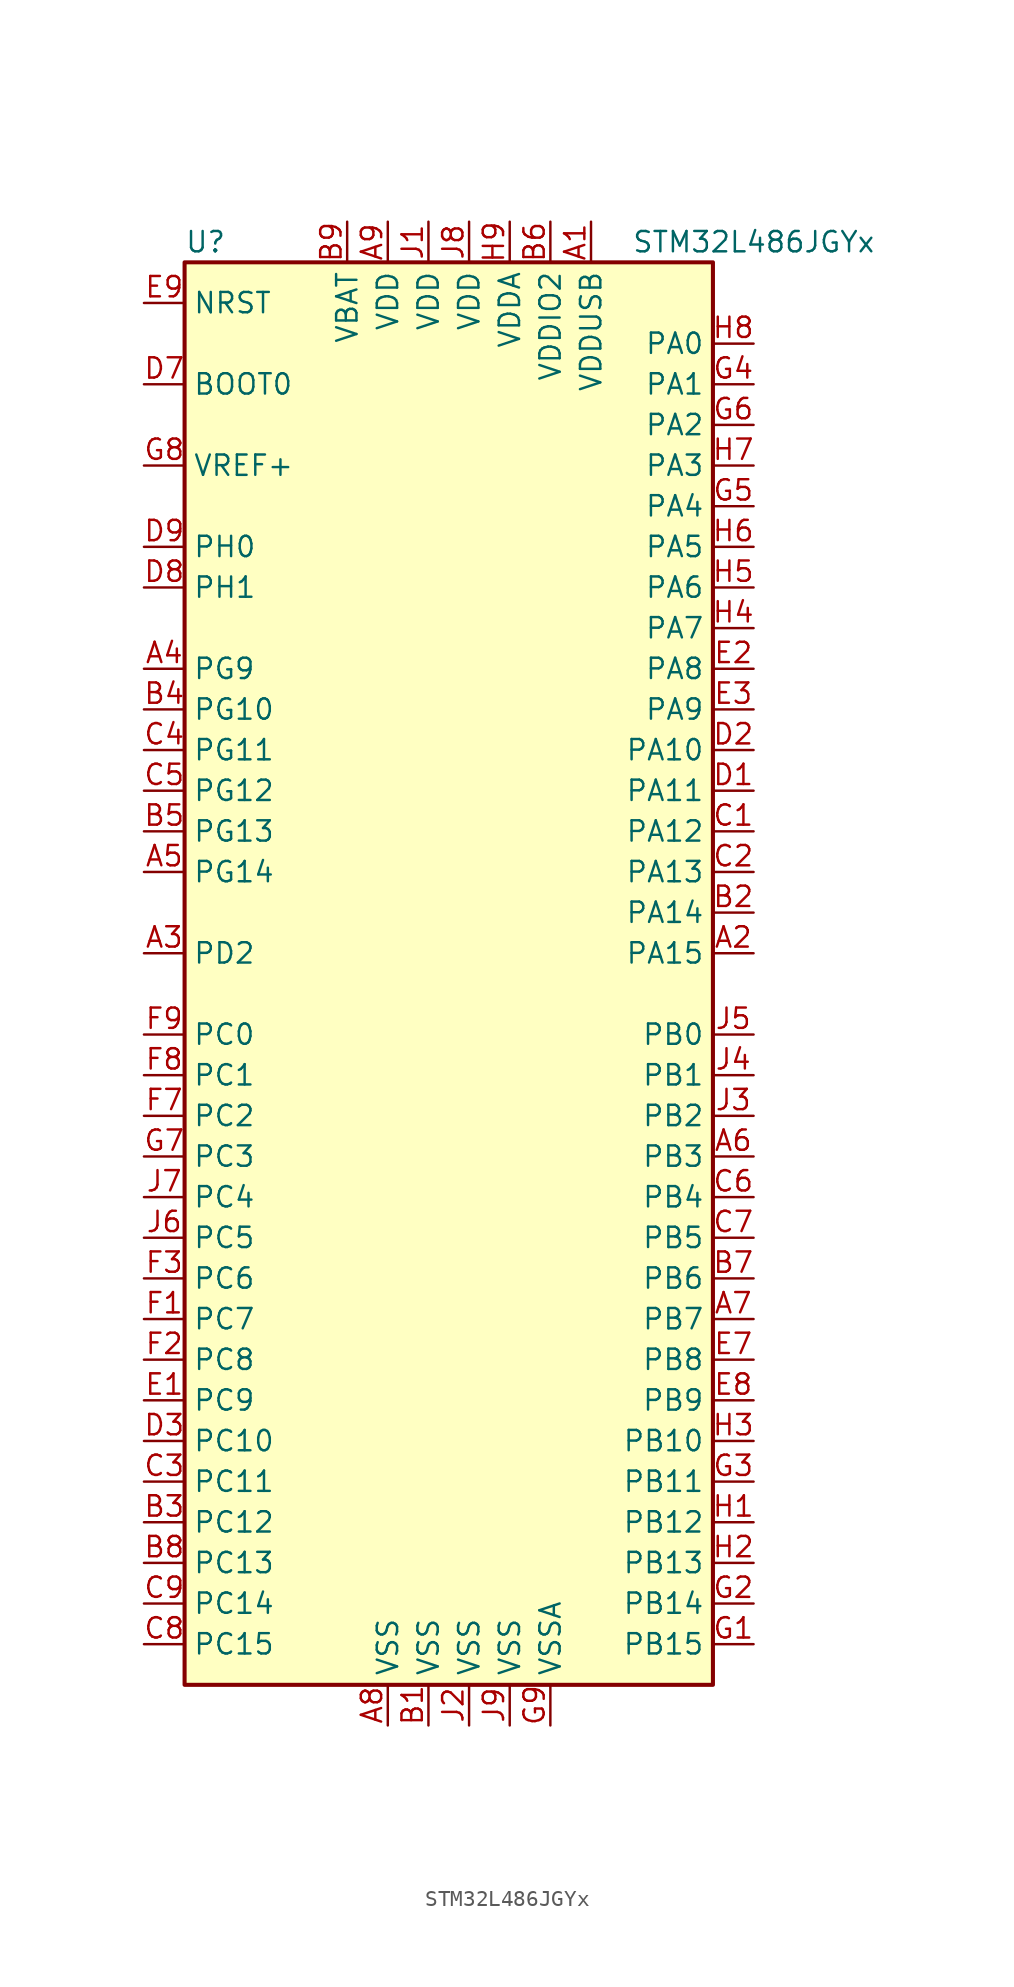
<source format=kicad_sym>
(kicad_symbol_lib
  (version 20211014)
  (generator kicad_symbol_editor)
  (symbol "STM32L486JGYx"
    (property "Reference" "U"
      (at -17.78 44.45 0)
      (effects (font (size 1.27 1.27)) (justify left)))
    (property "Value" "STM32L486JGYx"
      (at 10.16 44.45 0)
      (effects (font (size 1.27 1.27)) (justify left)))
    (symbol "STM32L486JGYx_0_1"
      (rectangle (start -17.78 -45.72) (end 15.24 43.18) (stroke (width 0.254) (type default) (color 0 0 0 0)) (fill (type background))))
    (symbol "STM32L486JGYx_1_1"
      (pin power_in line (at 7.62 45.72 270) (length 2.54) (name "VDDUSB" (effects (font (size 1.27 1.27)))) (number "A1" (effects (font (size 1.27 1.27)))))
      (pin bidirectional line (at 17.78 0 180) (length 2.54) (name "PA15" (effects (font (size 1.27 1.27)))) (number "A2" (effects (font (size 1.27 1.27)))))
      (pin bidirectional line (at -20.32 0 0) (length 2.54) (name "PD2" (effects (font (size 1.27 1.27)))) (number "A3" (effects (font (size 1.27 1.27)))))
      (pin bidirectional line (at -20.32 17.78 0) (length 2.54) (name "PG9" (effects (font (size 1.27 1.27)))) (number "A4" (effects (font (size 1.27 1.27)))))
      (pin bidirectional line (at -20.32 5.08 0) (length 2.54) (name "PG14" (effects (font (size 1.27 1.27)))) (number "A5" (effects (font (size 1.27 1.27)))))
      (pin bidirectional line (at 17.78 -12.7 180) (length 2.54) (name "PB3" (effects (font (size 1.27 1.27)))) (number "A6" (effects (font (size 1.27 1.27)))))
      (pin bidirectional line (at 17.78 -22.86 180) (length 2.54) (name "PB7" (effects (font (size 1.27 1.27)))) (number "A7" (effects (font (size 1.27 1.27)))))
      (pin power_in line (at -5.08 -48.26 90) (length 2.54) (name "VSS" (effects (font (size 1.27 1.27)))) (number "A8" (effects (font (size 1.27 1.27)))))
      (pin power_in line (at -5.08 45.72 270) (length 2.54) (name "VDD" (effects (font (size 1.27 1.27)))) (number "A9" (effects (font (size 1.27 1.27)))))
      (pin power_in line (at -2.54 -48.26 90) (length 2.54) (name "VSS" (effects (font (size 1.27 1.27)))) (number "B1" (effects (font (size 1.27 1.27)))))
      (pin bidirectional line (at 17.78 2.54 180) (length 2.54) (name "PA14" (effects (font (size 1.27 1.27)))) (number "B2" (effects (font (size 1.27 1.27)))))
      (pin bidirectional line (at -20.32 -35.56 0) (length 2.54) (name "PC12" (effects (font (size 1.27 1.27)))) (number "B3" (effects (font (size 1.27 1.27)))))
      (pin bidirectional line (at -20.32 15.24 0) (length 2.54) (name "PG10" (effects (font (size 1.27 1.27)))) (number "B4" (effects (font (size 1.27 1.27)))))
      (pin bidirectional line (at -20.32 7.62 0) (length 2.54) (name "PG13" (effects (font (size 1.27 1.27)))) (number "B5" (effects (font (size 1.27 1.27)))))
      (pin power_in line (at 5.08 45.72 270) (length 2.54) (name "VDDIO2" (effects (font (size 1.27 1.27)))) (number "B6" (effects (font (size 1.27 1.27)))))
      (pin bidirectional line (at 17.78 -20.32 180) (length 2.54) (name "PB6" (effects (font (size 1.27 1.27)))) (number "B7" (effects (font (size 1.27 1.27)))))
      (pin bidirectional line (at -20.32 -38.1 0) (length 2.54) (name "PC13" (effects (font (size 1.27 1.27)))) (number "B8" (effects (font (size 1.27 1.27)))))
      (pin power_in line (at -7.62 45.72 270) (length 2.54) (name "VBAT" (effects (font (size 1.27 1.27)))) (number "B9" (effects (font (size 1.27 1.27)))))
      (pin bidirectional line (at 17.78 7.62 180) (length 2.54) (name "PA12" (effects (font (size 1.27 1.27)))) (number "C1" (effects (font (size 1.27 1.27)))))
      (pin bidirectional line (at 17.78 5.08 180) (length 2.54) (name "PA13" (effects (font (size 1.27 1.27)))) (number "C2" (effects (font (size 1.27 1.27)))))
      (pin bidirectional line (at -20.32 -33.02 0) (length 2.54) (name "PC11" (effects (font (size 1.27 1.27)))) (number "C3" (effects (font (size 1.27 1.27)))))
      (pin bidirectional line (at -20.32 12.7 0) (length 2.54) (name "PG11" (effects (font (size 1.27 1.27)))) (number "C4" (effects (font (size 1.27 1.27)))))
      (pin bidirectional line (at -20.32 10.16 0) (length 2.54) (name "PG12" (effects (font (size 1.27 1.27)))) (number "C5" (effects (font (size 1.27 1.27)))))
      (pin bidirectional line (at 17.78 -15.24 180) (length 2.54) (name "PB4" (effects (font (size 1.27 1.27)))) (number "C6" (effects (font (size 1.27 1.27)))))
      (pin bidirectional line (at 17.78 -17.78 180) (length 2.54) (name "PB5" (effects (font (size 1.27 1.27)))) (number "C7" (effects (font (size 1.27 1.27)))))
      (pin bidirectional line (at -20.32 -43.18 0) (length 2.54) (name "PC15" (effects (font (size 1.27 1.27)))) (number "C8" (effects (font (size 1.27 1.27)))))
      (pin bidirectional line (at -20.32 -40.64 0) (length 2.54) (name "PC14" (effects (font (size 1.27 1.27)))) (number "C9" (effects (font (size 1.27 1.27)))))
      (pin bidirectional line (at 17.78 10.16 180) (length 2.54) (name "PA11" (effects (font (size 1.27 1.27)))) (number "D1" (effects (font (size 1.27 1.27)))))
      (pin bidirectional line (at 17.78 12.7 180) (length 2.54) (name "PA10" (effects (font (size 1.27 1.27)))) (number "D2" (effects (font (size 1.27 1.27)))))
      (pin bidirectional line (at -20.32 -30.48 0) (length 2.54) (name "PC10" (effects (font (size 1.27 1.27)))) (number "D3" (effects (font (size 1.27 1.27)))))
      (pin input line (at -20.32 35.56 0) (length 2.54) (name "BOOT0" (effects (font (size 1.27 1.27)))) (number "D7" (effects (font (size 1.27 1.27)))))
      (pin input line (at -20.32 22.86 0) (length 2.54) (name "PH1" (effects (font (size 1.27 1.27)))) (number "D8" (effects (font (size 1.27 1.27)))))
      (pin input line (at -20.32 25.4 0) (length 2.54) (name "PH0" (effects (font (size 1.27 1.27)))) (number "D9" (effects (font (size 1.27 1.27)))))
      (pin bidirectional line (at -20.32 -27.94 0) (length 2.54) (name "PC9" (effects (font (size 1.27 1.27)))) (number "E1" (effects (font (size 1.27 1.27)))))
      (pin bidirectional line (at 17.78 17.78 180) (length 2.54) (name "PA8" (effects (font (size 1.27 1.27)))) (number "E2" (effects (font (size 1.27 1.27)))))
      (pin bidirectional line (at 17.78 15.24 180) (length 2.54) (name "PA9" (effects (font (size 1.27 1.27)))) (number "E3" (effects (font (size 1.27 1.27)))))
      (pin bidirectional line (at 17.78 -25.4 180) (length 2.54) (name "PB8" (effects (font (size 1.27 1.27)))) (number "E7" (effects (font (size 1.27 1.27)))))
      (pin bidirectional line (at 17.78 -27.94 180) (length 2.54) (name "PB9" (effects (font (size 1.27 1.27)))) (number "E8" (effects (font (size 1.27 1.27)))))
      (pin input line (at -20.32 40.64 0) (length 2.54) (name "NRST" (effects (font (size 1.27 1.27)))) (number "E9" (effects (font (size 1.27 1.27)))))
      (pin bidirectional line (at -20.32 -22.86 0) (length 2.54) (name "PC7" (effects (font (size 1.27 1.27)))) (number "F1" (effects (font (size 1.27 1.27)))))
      (pin bidirectional line (at -20.32 -25.4 0) (length 2.54) (name "PC8" (effects (font (size 1.27 1.27)))) (number "F2" (effects (font (size 1.27 1.27)))))
      (pin bidirectional line (at -20.32 -20.32 0) (length 2.54) (name "PC6" (effects (font (size 1.27 1.27)))) (number "F3" (effects (font (size 1.27 1.27)))))
      (pin bidirectional line (at -20.32 -10.16 0) (length 2.54) (name "PC2" (effects (font (size 1.27 1.27)))) (number "F7" (effects (font (size 1.27 1.27)))))
      (pin bidirectional line (at -20.32 -7.62 0) (length 2.54) (name "PC1" (effects (font (size 1.27 1.27)))) (number "F8" (effects (font (size 1.27 1.27)))))
      (pin bidirectional line (at -20.32 -5.08 0) (length 2.54) (name "PC0" (effects (font (size 1.27 1.27)))) (number "F9" (effects (font (size 1.27 1.27)))))
      (pin bidirectional line (at 17.78 -43.18 180) (length 2.54) (name "PB15" (effects (font (size 1.27 1.27)))) (number "G1" (effects (font (size 1.27 1.27)))))
      (pin bidirectional line (at 17.78 -40.64 180) (length 2.54) (name "PB14" (effects (font (size 1.27 1.27)))) (number "G2" (effects (font (size 1.27 1.27)))))
      (pin bidirectional line (at 17.78 -33.02 180) (length 2.54) (name "PB11" (effects (font (size 1.27 1.27)))) (number "G3" (effects (font (size 1.27 1.27)))))
      (pin bidirectional line (at 17.78 35.56 180) (length 2.54) (name "PA1" (effects (font (size 1.27 1.27)))) (number "G4" (effects (font (size 1.27 1.27)))))
      (pin bidirectional line (at 17.78 27.94 180) (length 2.54) (name "PA4" (effects (font (size 1.27 1.27)))) (number "G5" (effects (font (size 1.27 1.27)))))
      (pin bidirectional line (at 17.78 33.02 180) (length 2.54) (name "PA2" (effects (font (size 1.27 1.27)))) (number "G6" (effects (font (size 1.27 1.27)))))
      (pin bidirectional line (at -20.32 -12.7 0) (length 2.54) (name "PC3" (effects (font (size 1.27 1.27)))) (number "G7" (effects (font (size 1.27 1.27)))))
      (pin bidirectional line (at -20.32 30.48 0) (length 2.54) (name "VREF+" (effects (font (size 1.27 1.27)))) (number "G8" (effects (font (size 1.27 1.27)))))
      (pin power_in line (at 5.08 -48.26 90) (length 2.54) (name "VSSA" (effects (font (size 1.27 1.27)))) (number "G9" (effects (font (size 1.27 1.27)))))
      (pin bidirectional line (at 17.78 -35.56 180) (length 2.54) (name "PB12" (effects (font (size 1.27 1.27)))) (number "H1" (effects (font (size 1.27 1.27)))))
      (pin bidirectional line (at 17.78 -38.1 180) (length 2.54) (name "PB13" (effects (font (size 1.27 1.27)))) (number "H2" (effects (font (size 1.27 1.27)))))
      (pin bidirectional line (at 17.78 -30.48 180) (length 2.54) (name "PB10" (effects (font (size 1.27 1.27)))) (number "H3" (effects (font (size 1.27 1.27)))))
      (pin bidirectional line (at 17.78 20.32 180) (length 2.54) (name "PA7" (effects (font (size 1.27 1.27)))) (number "H4" (effects (font (size 1.27 1.27)))))
      (pin bidirectional line (at 17.78 22.86 180) (length 2.54) (name "PA6" (effects (font (size 1.27 1.27)))) (number "H5" (effects (font (size 1.27 1.27)))))
      (pin bidirectional line (at 17.78 25.4 180) (length 2.54) (name "PA5" (effects (font (size 1.27 1.27)))) (number "H6" (effects (font (size 1.27 1.27)))))
      (pin bidirectional line (at 17.78 30.48 180) (length 2.54) (name "PA3" (effects (font (size 1.27 1.27)))) (number "H7" (effects (font (size 1.27 1.27)))))
      (pin bidirectional line (at 17.78 38.1 180) (length 2.54) (name "PA0" (effects (font (size 1.27 1.27)))) (number "H8" (effects (font (size 1.27 1.27)))))
      (pin power_in line (at 2.54 45.72 270) (length 2.54) (name "VDDA" (effects (font (size 1.27 1.27)))) (number "H9" (effects (font (size 1.27 1.27)))))
      (pin power_in line (at -2.54 45.72 270) (length 2.54) (name "VDD" (effects (font (size 1.27 1.27)))) (number "J1" (effects (font (size 1.27 1.27)))))
      (pin power_in line (at 0 -48.26 90) (length 2.54) (name "VSS" (effects (font (size 1.27 1.27)))) (number "J2" (effects (font (size 1.27 1.27)))))
      (pin bidirectional line (at 17.78 -10.16 180) (length 2.54) (name "PB2" (effects (font (size 1.27 1.27)))) (number "J3" (effects (font (size 1.27 1.27)))))
      (pin bidirectional line (at 17.78 -7.62 180) (length 2.54) (name "PB1" (effects (font (size 1.27 1.27)))) (number "J4" (effects (font (size 1.27 1.27)))))
      (pin bidirectional line (at 17.78 -5.08 180) (length 2.54) (name "PB0" (effects (font (size 1.27 1.27)))) (number "J5" (effects (font (size 1.27 1.27)))))
      (pin bidirectional line (at -20.32 -17.78 0) (length 2.54) (name "PC5" (effects (font (size 1.27 1.27)))) (number "J6" (effects (font (size 1.27 1.27)))))
      (pin bidirectional line (at -20.32 -15.24 0) (length 2.54) (name "PC4" (effects (font (size 1.27 1.27)))) (number "J7" (effects (font (size 1.27 1.27)))))
      (pin power_in line (at 0 45.72 270) (length 2.54) (name "VDD" (effects (font (size 1.27 1.27)))) (number "J8" (effects (font (size 1.27 1.27)))))
      (pin power_in line (at 2.54 -48.26 90) (length 2.54) (name "VSS" (effects (font (size 1.27 1.27)))) (number "J9" (effects (font (size 1.27 1.27))))))))
</source>
